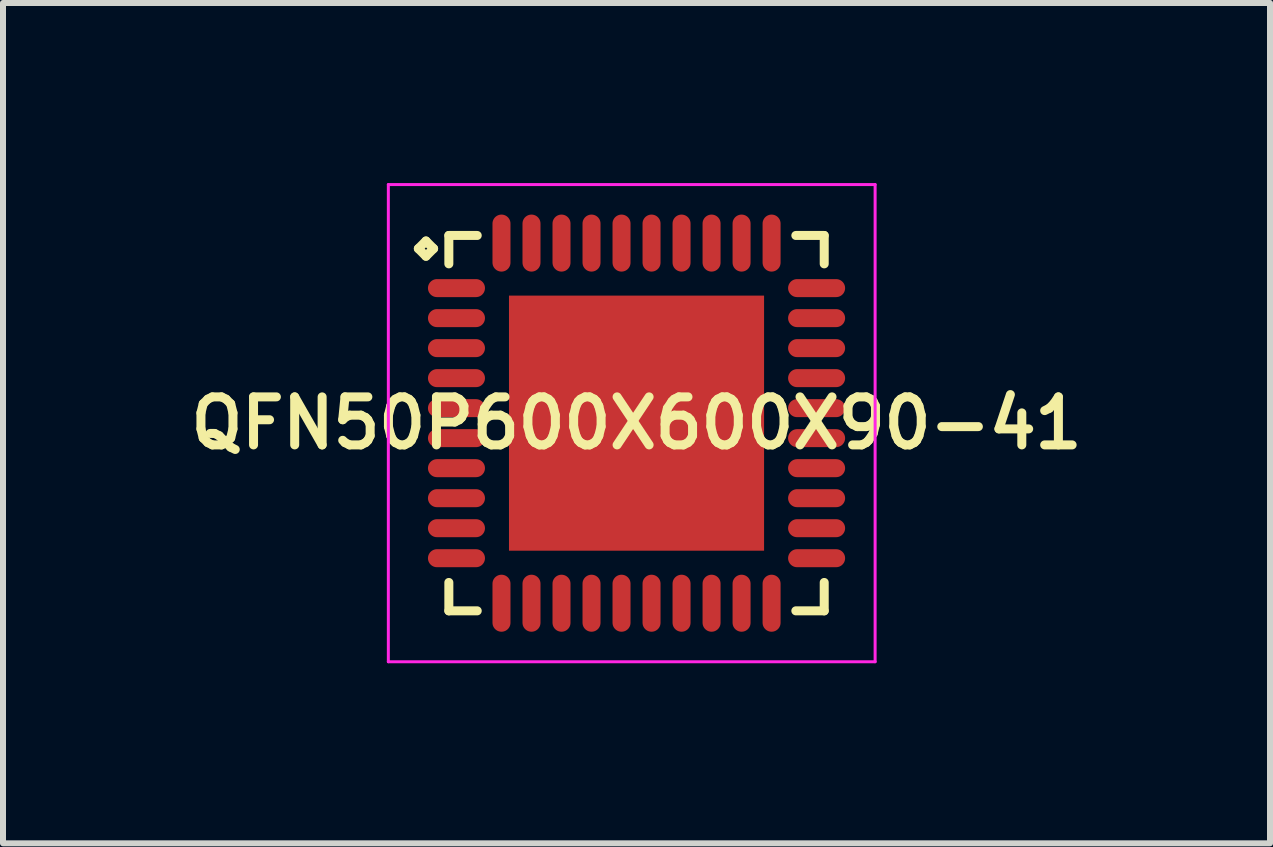
<source format=kicad_pcb>
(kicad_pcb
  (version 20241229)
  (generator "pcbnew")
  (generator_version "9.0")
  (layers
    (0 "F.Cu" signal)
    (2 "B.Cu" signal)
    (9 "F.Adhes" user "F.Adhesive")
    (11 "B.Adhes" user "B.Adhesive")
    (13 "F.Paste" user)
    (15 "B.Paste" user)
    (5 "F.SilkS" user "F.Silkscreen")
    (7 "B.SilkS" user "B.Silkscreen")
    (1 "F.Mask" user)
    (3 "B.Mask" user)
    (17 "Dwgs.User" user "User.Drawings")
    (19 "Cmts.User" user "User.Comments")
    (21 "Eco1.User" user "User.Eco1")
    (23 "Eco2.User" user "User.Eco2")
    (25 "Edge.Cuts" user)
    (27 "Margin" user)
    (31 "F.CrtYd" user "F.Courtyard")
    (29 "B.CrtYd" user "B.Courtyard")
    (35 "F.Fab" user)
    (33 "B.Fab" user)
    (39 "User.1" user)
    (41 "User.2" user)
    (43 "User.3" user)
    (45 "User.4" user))
  (footprint "QFN50P600X600X90-41"
    (layer "F.Cu")
    (at 7.555 4)
    (property "Reference" "QFN50P600X600X90-41" (at 0 0 0) (layer "F.SilkS") (effects (font (size 0.8 0.8) (thickness 0.15))))
    (attr smd)
    (fp_line (start -3.635 -2.908) (end -3.508 -3.035) (stroke (width 0.15) (type solid)) (layer "F.SilkS"))
    (fp_line (start -3.508 -3.035) (end -3.381 -2.908) (stroke (width 0.15) (type solid)) (layer "F.SilkS"))
    (fp_line (start -3.508 -2.781) (end -3.635 -2.908) (stroke (width 0.15) (type solid)) (layer "F.SilkS"))
    (fp_line (start -3.381 -2.908) (end -3.508 -2.781) (stroke (width 0.15) (type solid)) (layer "F.SilkS"))
    (fp_line (start -3.127 -3.127) (end -2.654 -3.127) (stroke (width 0.15) (type solid)) (layer "F.SilkS"))
    (fp_line (start -3.127 -2.654) (end -3.127 -3.127) (stroke (width 0.15) (type solid)) (layer "F.SilkS"))
    (fp_line (start -3.127 2.654) (end -3.127 3.127) (stroke (width 0.15) (type solid)) (layer "F.SilkS"))
    (fp_line (start -3.127 3.127) (end -2.654 3.127) (stroke (width 0.15) (type solid)) (layer "F.SilkS"))
    (fp_line (start 2.654 -3.127) (end 3.127 -3.127) (stroke (width 0.15) (type solid)) (layer "F.SilkS"))
    (fp_line (start 2.654 3.127) (end 3.127 3.127) (stroke (width 0.15) (type solid)) (layer "F.SilkS"))
    (fp_line (start 3.127 -3.127) (end 3.127 -2.654) (stroke (width 0.15) (type solid)) (layer "F.SilkS"))
    (fp_line (start 3.127 3.127) (end 3.127 2.654) (stroke (width 0.15) (type solid)) (layer "F.SilkS"))
    (fp_line (start -4.135 -3.975) (end 3.975 -3.975) (stroke (width 0.05) (type solid)) (layer "F.CrtYd"))
    (fp_line (start -4.135 3.975) (end -4.135 -3.975) (stroke (width 0.05) (type solid)) (layer "F.CrtYd"))
    (fp_line (start 3.975 -3.975) (end 3.975 3.975) (stroke (width 0.05) (type solid)) (layer "F.CrtYd"))
    (fp_line (start 3.975 3.975) (end -4.135 3.975) (stroke (width 0.05) (type solid)) (layer "F.CrtYd"))
    (pad "1" smd oval (at -3 -2.25) (size 0.95 0.3) (layers "F.Cu" "F.Mask" "F.Paste"))
    (pad "2" smd oval (at -3 -1.75) (size 0.95 0.3) (layers "F.Cu" "F.Mask" "F.Paste"))
    (pad "3" smd oval (at -3 -1.25) (size 0.95 0.3) (layers "F.Cu" "F.Mask" "F.Paste"))
    (pad "4" smd oval (at -3 -0.75) (size 0.95 0.3) (layers "F.Cu" "F.Mask" "F.Paste"))
    (pad "5" smd oval (at -3 -0.25) (size 0.95 0.3) (layers "F.Cu" "F.Mask" "F.Paste"))
    (pad "6" smd oval (at -3 0.25) (size 0.95 0.3) (layers "F.Cu" "F.Mask" "F.Paste"))
    (pad "7" smd oval (at -3 0.75) (size 0.95 0.3) (layers "F.Cu" "F.Mask" "F.Paste"))
    (pad "8" smd oval (at -3 1.25) (size 0.95 0.3) (layers "F.Cu" "F.Mask" "F.Paste"))
    (pad "9" smd oval (at -3 1.75) (size 0.95 0.3) (layers "F.Cu" "F.Mask" "F.Paste"))
    (pad "10" smd oval (at -3 2.25) (size 0.95 0.3) (layers "F.Cu" "F.Mask" "F.Paste"))
    (pad "11" smd oval (at -2.25 3) (size 0.3 0.95) (layers "F.Cu" "F.Mask" "F.Paste"))
    (pad "12" smd oval (at -1.75 3) (size 0.3 0.95) (layers "F.Cu" "F.Mask" "F.Paste"))
    (pad "13" smd oval (at -1.25 3) (size 0.3 0.95) (layers "F.Cu" "F.Mask" "F.Paste"))
    (pad "14" smd oval (at -0.75 3) (size 0.3 0.95) (layers "F.Cu" "F.Mask" "F.Paste"))
    (pad "15" smd oval (at -0.25 3) (size 0.3 0.95) (layers "F.Cu" "F.Mask" "F.Paste"))
    (pad "16" smd oval (at 0.25 3) (size 0.3 0.95) (layers "F.Cu" "F.Mask" "F.Paste"))
    (pad "17" smd oval (at 0.75 3) (size 0.3 0.95) (layers "F.Cu" "F.Mask" "F.Paste"))
    (pad "18" smd oval (at 1.25 3) (size 0.3 0.95) (layers "F.Cu" "F.Mask" "F.Paste"))
    (pad "19" smd oval (at 1.75 3) (size 0.3 0.95) (layers "F.Cu" "F.Mask" "F.Paste"))
    (pad "20" smd oval (at 2.25 3) (size 0.3 0.95) (layers "F.Cu" "F.Mask" "F.Paste"))
    (pad "21" smd oval (at 3 2.25) (size 0.95 0.3) (layers "F.Cu" "F.Mask" "F.Paste"))
    (pad "22" smd oval (at 3 1.75) (size 0.95 0.3) (layers "F.Cu" "F.Mask" "F.Paste"))
    (pad "23" smd oval (at 3 1.25) (size 0.95 0.3) (layers "F.Cu" "F.Mask" "F.Paste"))
    (pad "24" smd oval (at 3 0.75) (size 0.95 0.3) (layers "F.Cu" "F.Mask" "F.Paste"))
    (pad "25" smd oval (at 3 0.25) (size 0.95 0.3) (layers "F.Cu" "F.Mask" "F.Paste"))
    (pad "26" smd oval (at 3 -0.25) (size 0.95 0.3) (layers "F.Cu" "F.Mask" "F.Paste"))
    (pad "27" smd oval (at 3 -0.75) (size 0.95 0.3) (layers "F.Cu" "F.Mask" "F.Paste"))
    (pad "28" smd oval (at 3 -1.25) (size 0.95 0.3) (layers "F.Cu" "F.Mask" "F.Paste"))
    (pad "29" smd oval (at 3 -1.75) (size 0.95 0.3) (layers "F.Cu" "F.Mask" "F.Paste"))
    (pad "30" smd oval (at 3 -2.25) (size 0.95 0.3) (layers "F.Cu" "F.Mask" "F.Paste"))
    (pad "31" smd oval (at 2.25 -3) (size 0.3 0.95) (layers "F.Cu" "F.Mask" "F.Paste"))
    (pad "32" smd oval (at 1.75 -3) (size 0.3 0.95) (layers "F.Cu" "F.Mask" "F.Paste"))
    (pad "33" smd oval (at 1.25 -3) (size 0.3 0.95) (layers "F.Cu" "F.Mask" "F.Paste"))
    (pad "34" smd oval (at 0.75 -3) (size 0.3 0.95) (layers "F.Cu" "F.Mask" "F.Paste"))
    (pad "35" smd oval (at 0.25 -3) (size 0.3 0.95) (layers "F.Cu" "F.Mask" "F.Paste"))
    (pad "36" smd oval (at -0.25 -3) (size 0.3 0.95) (layers "F.Cu" "F.Mask" "F.Paste"))
    (pad "37" smd oval (at -0.75 -3) (size 0.3 0.95) (layers "F.Cu" "F.Mask" "F.Paste"))
    (pad "38" smd oval (at -1.25 -3) (size 0.3 0.95) (layers "F.Cu" "F.Mask" "F.Paste"))
    (pad "39" smd oval (at -1.75 -3) (size 0.3 0.95) (layers "F.Cu" "F.Mask" "F.Paste"))
    (pad "40" smd oval (at -2.25 -3) (size 0.3 0.95) (layers "F.Cu" "F.Mask" "F.Paste"))
    (pad "41" smd rect (at 0 0) (size 4.25 4.25) (layers "F.Cu" "F.Mask" "F.Paste")))
  (gr_rect
    (start -3 -3)
    (end 18.109 11)
    (stroke (width 0.1) (type default))
    (fill no)
    (layer "Edge.Cuts")))
</source>
